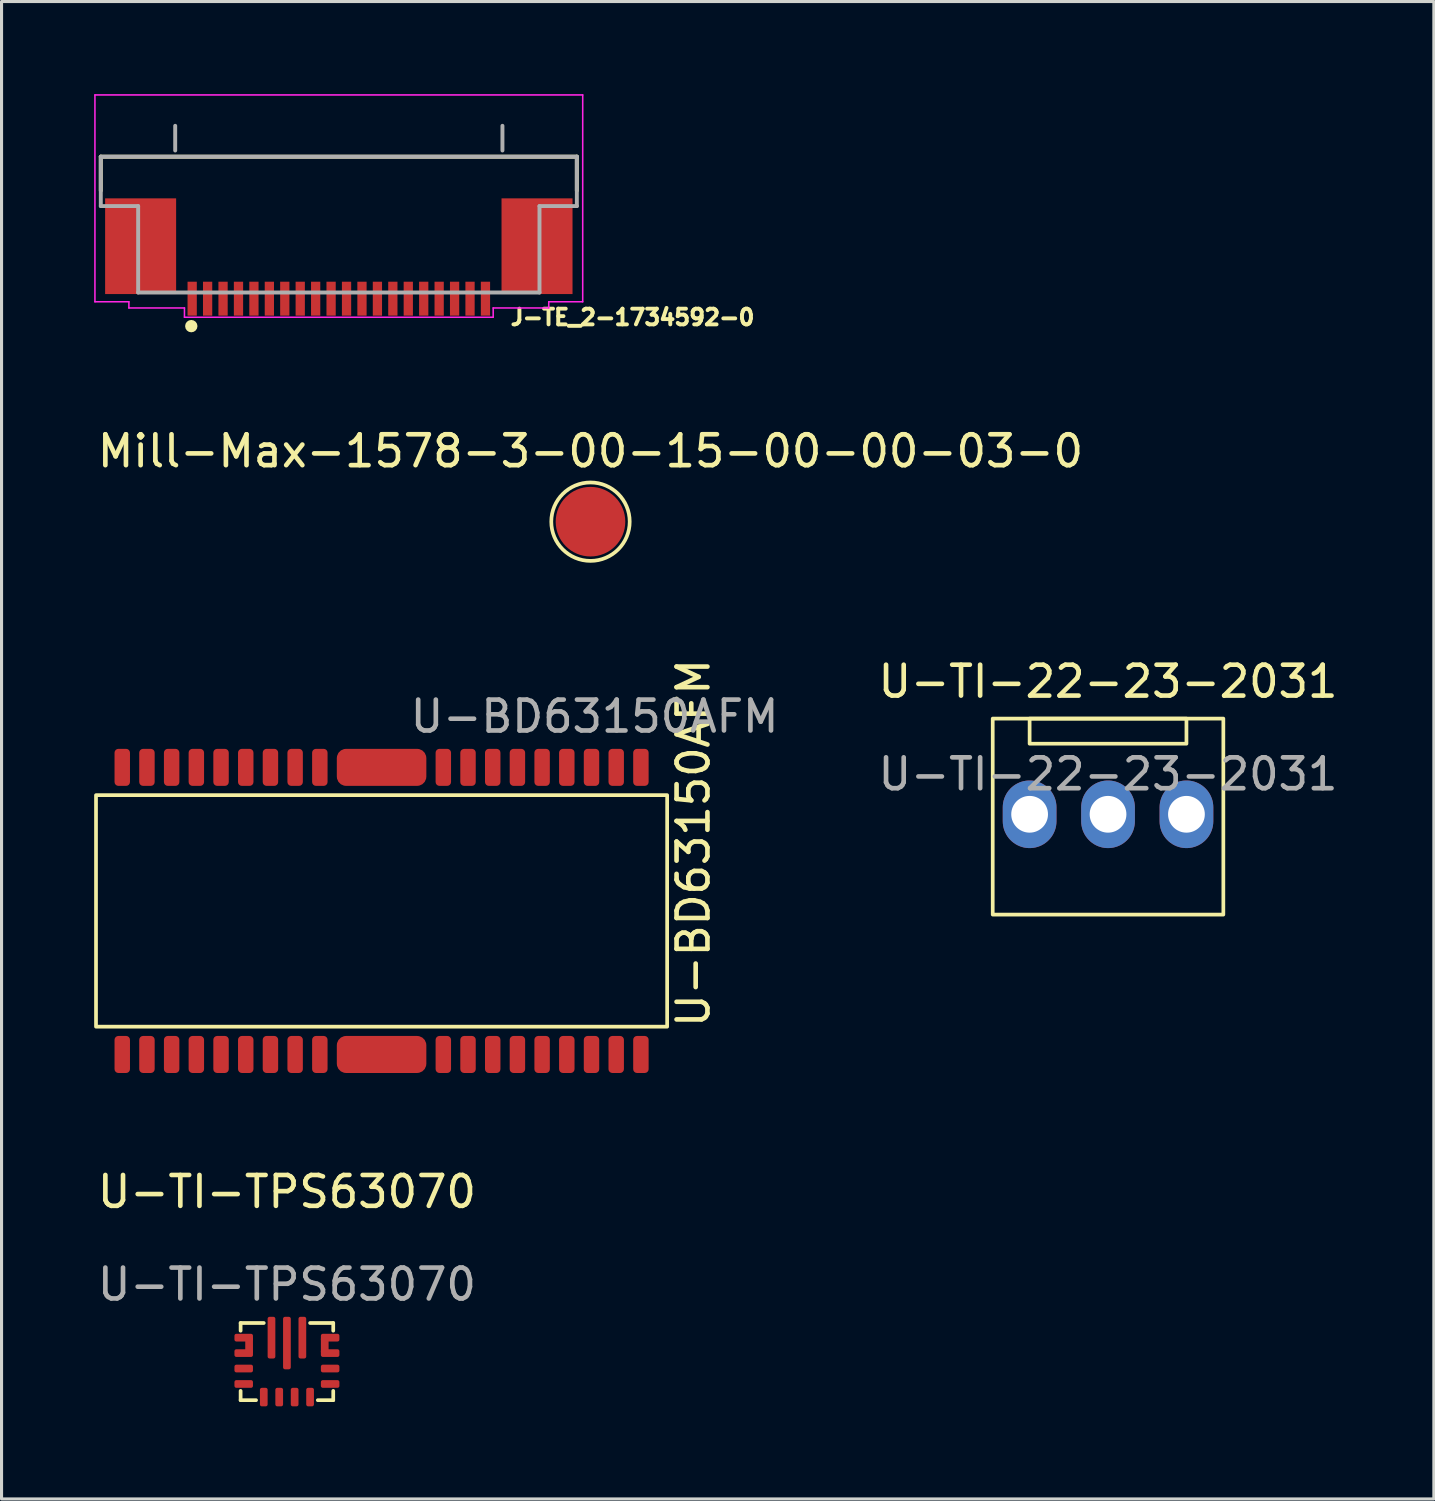
<source format=kicad_pcb>
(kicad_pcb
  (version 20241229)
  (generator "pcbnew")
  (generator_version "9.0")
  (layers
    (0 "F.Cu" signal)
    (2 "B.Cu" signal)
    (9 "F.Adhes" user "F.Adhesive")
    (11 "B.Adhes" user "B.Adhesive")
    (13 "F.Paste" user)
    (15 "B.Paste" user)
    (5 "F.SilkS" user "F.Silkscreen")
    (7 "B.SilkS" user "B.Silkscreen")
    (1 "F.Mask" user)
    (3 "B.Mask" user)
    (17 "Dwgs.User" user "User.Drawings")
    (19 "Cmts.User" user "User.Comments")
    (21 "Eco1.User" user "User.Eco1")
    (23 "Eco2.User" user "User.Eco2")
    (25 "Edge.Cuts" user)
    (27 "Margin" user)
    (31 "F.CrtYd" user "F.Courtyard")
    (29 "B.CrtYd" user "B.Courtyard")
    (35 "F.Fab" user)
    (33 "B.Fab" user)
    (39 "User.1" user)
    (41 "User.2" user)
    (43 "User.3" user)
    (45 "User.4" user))
  (footprint "U-TI-TPS63070"
    (layer "F.Cu")
    (at 6.244 41.054)
    (property "Reference" "U-TI-TPS63070" (at 0 -5.5 0) (unlocked yes) (layer "F.SilkS") (effects (font (size 1 1) (thickness 0.15))))
    (attr smd)
    (fp_line (start -1.5 -1.25) (end -1.5 -1) (stroke (width 0.12) (type solid)) (layer "F.SilkS"))
    (fp_line (start -1.5 0.95) (end -1.5 1.25) (stroke (width 0.12) (type solid)) (layer "F.SilkS"))
    (fp_line (start -1.5 1.25) (end -1 1.25) (stroke (width 0.12) (type solid)) (layer "F.SilkS"))
    (fp_line (start -0.75 -1.25) (end -1.5 -1.25) (stroke (width 0.12) (type solid)) (layer "F.SilkS"))
    (fp_line (start 1.5 -1.25) (end 0.75 -1.25) (stroke (width 0.12) (type solid)) (layer "F.SilkS"))
    (fp_line (start 1.5 -1.25) (end 1.5 -1) (stroke (width 0.12) (type solid)) (layer "F.SilkS"))
    (fp_line (start 1.5 0.95) (end 1.5 1.25) (stroke (width 0.12) (type solid)) (layer "F.SilkS"))
    (fp_line (start 1.5 1.25) (end 1 1.25) (stroke (width 0.12) (type solid)) (layer "F.SilkS"))
    (fp_text user "${REFERENCE}" (at 0 -2.5 0) (unlocked yes) (layer "F.Fab") (effects (font (size 1 1) (thickness 0.15))))
    (pad "1" smd roundrect (at -0.75 1.15 90) (size 0.6 0.25) (layers "F.Cu" "F.Mask" "F.Paste") (roundrect_rratio 0.25))
    (pad "2" smd roundrect (at -0.25 1.15 90) (size 0.6 0.25) (layers "F.Cu" "F.Mask" "F.Paste") (roundrect_rratio 0.25))
    (pad "3" smd roundrect (at 0.25 1.15 90) (size 0.6 0.25) (layers "F.Cu" "F.Mask" "F.Paste") (roundrect_rratio 0.25))
    (pad "4" smd roundrect (at 0.75 1.15 90) (size 0.6 0.25) (layers "F.Cu" "F.Mask" "F.Paste") (roundrect_rratio 0.25))
    (pad "5" smd roundrect (at 1.4 0.725 180) (size 0.6 0.25) (layers "F.Cu" "F.Mask" "F.Paste") (roundrect_rratio 0.25))
    (pad "6" smd roundrect (at 1.4 0.225 180) (size 0.6 0.25) (layers "F.Cu" "F.Mask" "F.Paste") (roundrect_rratio 0.25))
    (pad "7" smd roundrect (at 1.4 -0.275) (size 0.6 0.25) (layers "F.Cu" "F.Mask" "F.Paste") (roundrect_rratio 0.25))
    (pad "8" smd roundrect (at 1.4 -0.775) (size 0.6 0.25) (layers "F.Cu" "F.Mask" "F.Paste") (roundrect_rratio 0.25))
    (pad "9" smd roundrect (at 0.5 -0.775 90) (size 1.35 0.25) (layers "F.Cu" "F.Mask" "F.Paste") (roundrect_rratio 0.25))
    (pad "10" smd roundrect (at 0 -0.6 90) (size 1.7 0.25) (layers "F.Cu" "F.Mask" "F.Paste") (roundrect_rratio 0.25))
    (pad "11" smd roundrect (at -0.5 -0.775 90) (size 1.35 0.25) (layers "F.Cu" "F.Mask" "F.Paste") (roundrect_rratio 0.25))
    (pad "12" smd roundrect (at -1.4 -0.775 180) (size 0.6 0.25) (layers "F.Cu" "F.Mask" "F.Paste") (roundrect_rratio 0.25))
    (pad "13" smd roundrect (at -1.4 -0.275 180) (size 0.6 0.25) (layers "F.Cu" "F.Mask" "F.Paste") (roundrect_rratio 0.25))
    (pad "14" smd roundrect (at -1.4 0.225) (size 0.6 0.25) (layers "F.Cu" "F.Mask" "F.Paste") (roundrect_rratio 0.25))
    (pad "15" smd roundrect (at -1.4 0.725) (size 0.6 0.25) (layers "F.Cu" "F.Mask" "F.Paste") (roundrect_rratio 0.25))
    (pad "TIE1" smd roundrect (at -1.225 -0.525 90) (size 0.55 0.25) (layers "F.Cu" "F.Mask" "F.Paste") (roundrect_rratio 0.25))
    (pad "TIE2" smd roundrect (at 1.225 -0.525 90) (size 0.55 0.25) (layers "F.Cu" "F.Mask" "F.Paste") (roundrect_rratio 0.25)))
  (footprint "Mill-Max-1578-3-00-15-00-00-03-0"
    (layer "F.Cu")
    (at 16.077 13.848)
    (property "Reference" "Mill-Max-1578-3-00-15-00-00-03-0" (at 0 -2.286 0) (unlocked yes) (layer "F.SilkS") (effects (font (size 1 1) (thickness 0.15))))
    (attr smd)
    (fp_circle (center 0 0) (end 0 -1.27) (stroke (width 0.12) (type solid)) (fill no) (layer "F.SilkS"))
    (pad "1" smd circle (at 0 0) (size 2.254 2.254) (layers "F.Cu" "F.Mask" "F.Paste")))
  (footprint "U-BD63150AFM"
    (layer "F.Cu")
    (at 9.31 26.456)
    (property "Reference" "U-BD63150AFM" (at 10.1 -2.2 90) (unlocked yes) (layer "F.SilkS") (effects (font (size 1 1) (thickness 0.15))))
    (attr smd)
    (fp_rect (start -9.25 -3.75) (end 9.25 3.75) (stroke (width 0.12) (type solid)) (fill no) (layer "F.SilkS"))
    (fp_text user "${REFERENCE}" (at 6.9 -6.3 0) (unlocked yes) (layer "F.Fab") (effects (font (size 1 1) (thickness 0.15))))
    (pad "1" smd roundrect (at -8.4 4.65 180) (size 0.5 1.2) (layers "F.Cu" "F.Mask" "F.Paste") (roundrect_rratio 0.25))
    (pad "2" smd roundrect (at -7.6 4.65 180) (size 0.5 1.2) (layers "F.Cu" "F.Mask" "F.Paste") (roundrect_rratio 0.25))
    (pad "3" smd roundrect (at -6.8 4.65 180) (size 0.5 1.2) (layers "F.Cu" "F.Mask" "F.Paste") (roundrect_rratio 0.25))
    (pad "4" smd roundrect (at -6 4.65 180) (size 0.5 1.2) (layers "F.Cu" "F.Mask" "F.Paste") (roundrect_rratio 0.25))
    (pad "5" smd roundrect (at -5.2 4.65 180) (size 0.5 1.2) (layers "F.Cu" "F.Mask" "F.Paste") (roundrect_rratio 0.25))
    (pad "6" smd roundrect (at -4.4 4.65 180) (size 0.5 1.2) (layers "F.Cu" "F.Mask" "F.Paste") (roundrect_rratio 0.25))
    (pad "7" smd roundrect (at -3.6 4.65 180) (size 0.5 1.2) (layers "F.Cu" "F.Mask" "F.Paste") (roundrect_rratio 0.25))
    (pad "8" smd roundrect (at -2.8 4.65 180) (size 0.5 1.2) (layers "F.Cu" "F.Mask" "F.Paste") (roundrect_rratio 0.25))
    (pad "9" smd roundrect (at -2 4.65 180) (size 0.5 1.2) (layers "F.Cu" "F.Mask" "F.Paste") (roundrect_rratio 0.25))
    (pad "10" smd roundrect (at 2 4.65 180) (size 0.5 1.2) (layers "F.Cu" "F.Mask" "F.Paste") (roundrect_rratio 0.25))
    (pad "11" smd roundrect (at 2.8 4.65 180) (size 0.5 1.2) (layers "F.Cu" "F.Mask" "F.Paste") (roundrect_rratio 0.25))
    (pad "12" smd roundrect (at 3.6 4.65 180) (size 0.5 1.2) (layers "F.Cu" "F.Mask" "F.Paste") (roundrect_rratio 0.25))
    (pad "13" smd roundrect (at 4.4 4.65 180) (size 0.5 1.2) (layers "F.Cu" "F.Mask" "F.Paste") (roundrect_rratio 0.25))
    (pad "14" smd roundrect (at 5.2 4.65 180) (size 0.5 1.2) (layers "F.Cu" "F.Mask" "F.Paste") (roundrect_rratio 0.25))
    (pad "15" smd roundrect (at 6 4.65 180) (size 0.5 1.2) (layers "F.Cu" "F.Mask" "F.Paste") (roundrect_rratio 0.25))
    (pad "16" smd roundrect (at 6.8 4.65 180) (size 0.5 1.2) (layers "F.Cu" "F.Mask" "F.Paste") (roundrect_rratio 0.25))
    (pad "17" smd roundrect (at 7.6 4.65 180) (size 0.5 1.2) (layers "F.Cu" "F.Mask" "F.Paste") (roundrect_rratio 0.25))
    (pad "18" smd roundrect (at 8.4 4.65 180) (size 0.5 1.2) (layers "F.Cu" "F.Mask" "F.Paste") (roundrect_rratio 0.25))
    (pad "19" smd roundrect (at 8.4 -4.65) (size 0.5 1.2) (layers "F.Cu" "F.Mask" "F.Paste") (roundrect_rratio 0.25))
    (pad "20" smd roundrect (at 7.6 -4.65) (size 0.5 1.2) (layers "F.Cu" "F.Mask" "F.Paste") (roundrect_rratio 0.25))
    (pad "21" smd roundrect (at 6.8 -4.65) (size 0.5 1.2) (layers "F.Cu" "F.Mask" "F.Paste") (roundrect_rratio 0.25))
    (pad "22" smd roundrect (at 6 -4.65) (size 0.5 1.2) (layers "F.Cu" "F.Mask" "F.Paste") (roundrect_rratio 0.25))
    (pad "23" smd roundrect (at 5.2 -4.65) (size 0.5 1.2) (layers "F.Cu" "F.Mask" "F.Paste") (roundrect_rratio 0.25))
    (pad "24" smd roundrect (at 4.4 -4.65) (size 0.5 1.2) (layers "F.Cu" "F.Mask" "F.Paste") (roundrect_rratio 0.25))
    (pad "25" smd roundrect (at 3.6 -4.65) (size 0.5 1.2) (layers "F.Cu" "F.Mask" "F.Paste") (roundrect_rratio 0.25))
    (pad "26" smd roundrect (at 2.8 -4.65) (size 0.5 1.2) (layers "F.Cu" "F.Mask" "F.Paste") (roundrect_rratio 0.25))
    (pad "27" smd roundrect (at 2 -4.65) (size 0.5 1.2) (layers "F.Cu" "F.Mask" "F.Paste") (roundrect_rratio 0.25))
    (pad "28" smd roundrect (at -2 -4.65) (size 0.5 1.2) (layers "F.Cu" "F.Mask" "F.Paste") (roundrect_rratio 0.25))
    (pad "29" smd roundrect (at -2.8 -4.65) (size 0.5 1.2) (layers "F.Cu" "F.Mask" "F.Paste") (roundrect_rratio 0.25))
    (pad "30" smd roundrect (at -3.6 -4.65) (size 0.5 1.2) (layers "F.Cu" "F.Mask" "F.Paste") (roundrect_rratio 0.25))
    (pad "31" smd roundrect (at -4.4 -4.65) (size 0.5 1.2) (layers "F.Cu" "F.Mask" "F.Paste") (roundrect_rratio 0.25))
    (pad "32" smd roundrect (at -5.2 -4.65) (size 0.5 1.2) (layers "F.Cu" "F.Mask" "F.Paste") (roundrect_rratio 0.25))
    (pad "33" smd roundrect (at -6 -4.65) (size 0.5 1.2) (layers "F.Cu" "F.Mask" "F.Paste") (roundrect_rratio 0.25))
    (pad "34" smd roundrect (at -6.8 -4.65) (size 0.5 1.2) (layers "F.Cu" "F.Mask" "F.Paste") (roundrect_rratio 0.25))
    (pad "35" smd roundrect (at -7.6 -4.65) (size 0.5 1.2) (layers "F.Cu" "F.Mask" "F.Paste") (roundrect_rratio 0.25))
    (pad "36" smd roundrect (at -8.4 -4.65) (size 0.5 1.2) (layers "F.Cu" "F.Mask" "F.Paste") (roundrect_rratio 0.25))
    (pad "FIN" smd roundrect (at 0 -4.65 180) (size 2.9 1.2) (layers "F.Cu" "F.Mask" "F.Paste") (roundrect_rratio 0.25))
    (pad "FIN" smd roundrect (at 0 4.65 180) (size 2.9 1.2) (layers "F.Cu" "F.Mask" "F.Paste") (roundrect_rratio 0.25)))
  (footprint "J-TE_2-1734592-0"
    (layer "F.Cu")
    (at 7.925 4.925)
    (property "Reference" "J-TE_2-1734592-0" (at 5.5 2.6 0) (layer "F.SilkS") (effects (font (size 0.508 0.508) (thickness 0.127)) (justify left bottom)))
    (fp_line (start -7.71 -2.9) (end -7.71 -1.8) (stroke (width 0.127) (type solid)) (layer "F.SilkS"))
    (fp_line (start 7.71 -2.9) (end -7.71 -2.9) (stroke (width 0.127) (type solid)) (layer "F.SilkS"))
    (fp_line (start 7.71 -1.8) (end 7.71 -2.9) (stroke (width 0.127) (type solid)) (layer "F.SilkS"))
    (fp_circle (center -4.779 2.589) (end -4.679 2.589) (stroke (width 0.2) (type solid)) (fill no) (layer "F.SilkS"))
    (fp_poly (pts (xy -7.2 1.1) (xy -5.6 1.1) (xy -5.6 -1.1) (xy -7.2 -1.1)) (stroke (width 0) (type solid)) (fill yes) (layer "F.Paste"))
    (fp_poly (pts (xy 5.7 1.1) (xy 7.3 1.1) (xy 7.3 -1.1) (xy 5.7 -1.1)) (stroke (width 0) (type solid)) (fill yes) (layer "F.Paste"))
    (fp_line (start -7.9 -4.9) (end -7.9 1.8) (stroke (width 0.05) (type solid)) (layer "F.CrtYd"))
    (fp_line (start -6.8 1.8) (end -7.9 1.8) (stroke (width 0.05) (type solid)) (layer "F.CrtYd"))
    (fp_line (start -6.8 2) (end -6.8 1.8) (stroke (width 0.05) (type solid)) (layer "F.CrtYd"))
    (fp_line (start -5 2) (end -6.8 2) (stroke (width 0.05) (type solid)) (layer "F.CrtYd"))
    (fp_line (start -5 2.3) (end -5 2) (stroke (width 0.05) (type solid)) (layer "F.CrtYd"))
    (fp_line (start -5 2.3) (end 5 2.3) (stroke (width 0.05) (type solid)) (layer "F.CrtYd"))
    (fp_line (start 5 2) (end 5 2.3) (stroke (width 0.05) (type solid)) (layer "F.CrtYd"))
    (fp_line (start 6.8 1.8) (end 6.8 2) (stroke (width 0.05) (type solid)) (layer "F.CrtYd"))
    (fp_line (start 6.8 2) (end 5 2) (stroke (width 0.05) (type solid)) (layer "F.CrtYd"))
    (fp_line (start 7.9 -4.9) (end -7.9 -4.9) (stroke (width 0.05) (type solid)) (layer "F.CrtYd"))
    (fp_line (start 7.9 1.8) (end 6.8 1.8) (stroke (width 0.05) (type solid)) (layer "F.CrtYd"))
    (fp_line (start 7.9 1.8) (end 7.9 -4.9) (stroke (width 0.05) (type solid)) (layer "F.CrtYd"))
    (fp_line (start -7.71 -1.3) (end -7.71 -2.9) (stroke (width 0.127) (type solid)) (layer "F.Fab"))
    (fp_line (start -6.5 -1.3) (end -7.71 -1.3) (stroke (width 0.127) (type solid)) (layer "F.Fab"))
    (fp_line (start -6.5 1.5) (end -6.5 -1.3) (stroke (width 0.127) (type solid)) (layer "F.Fab"))
    (fp_line (start -5.3 -3.1) (end -5.3 -3.9) (stroke (width 0.127) (type solid)) (layer "F.Fab"))
    (fp_line (start 5.3 -3.1) (end 5.3 -3.9) (stroke (width 0.127) (type solid)) (layer "F.Fab"))
    (fp_line (start 6.5 -1.3) (end 7.71 -1.3) (stroke (width 0.127) (type solid)) (layer "F.Fab"))
    (fp_line (start 6.5 1.5) (end -6.5 1.5) (stroke (width 0.127) (type solid)) (layer "F.Fab"))
    (fp_line (start 6.5 1.5) (end 6.5 -1.3) (stroke (width 0.127) (type solid)) (layer "F.Fab"))
    (fp_line (start 7.71 -2.9) (end -7.71 -2.9) (stroke (width 0.127) (type solid)) (layer "F.Fab"))
    (fp_line (start 7.71 -1.3) (end 7.71 -2.9) (stroke (width 0.127) (type solid)) (layer "F.Fab"))
    (pad "1" smd rect (at -4.75 1.7 90) (size 1.1 0.3) (layers "F.Cu" "F.Mask" "F.Paste"))
    (pad "2" smd rect (at -4.25 1.7 90) (size 1.1 0.3) (layers "F.Cu" "F.Mask" "F.Paste"))
    (pad "3" smd rect (at -3.75 1.7 90) (size 1.1 0.3) (layers "F.Cu" "F.Mask" "F.Paste"))
    (pad "4" smd rect (at -3.25 1.7 90) (size 1.1 0.3) (layers "F.Cu" "F.Mask" "F.Paste"))
    (pad "5" smd rect (at -2.75 1.7 90) (size 1.1 0.3) (layers "F.Cu" "F.Mask" "F.Paste"))
    (pad "6" smd rect (at -2.25 1.7 90) (size 1.1 0.3) (layers "F.Cu" "F.Mask" "F.Paste"))
    (pad "7" smd rect (at -1.75 1.7 90) (size 1.1 0.3) (layers "F.Cu" "F.Mask" "F.Paste"))
    (pad "8" smd rect (at -1.25 1.7 90) (size 1.1 0.3) (layers "F.Cu" "F.Mask" "F.Paste"))
    (pad "9" smd rect (at -0.75 1.7 90) (size 1.1 0.3) (layers "F.Cu" "F.Mask" "F.Paste"))
    (pad "10" smd rect (at -0.25 1.7 90) (size 1.1 0.3) (layers "F.Cu" "F.Mask" "F.Paste"))
    (pad "11" smd rect (at 0.25 1.7 90) (size 1.1 0.3) (layers "F.Cu" "F.Mask" "F.Paste"))
    (pad "12" smd rect (at 0.75 1.7 90) (size 1.1 0.3) (layers "F.Cu" "F.Mask" "F.Paste"))
    (pad "13" smd rect (at 1.25 1.7 90) (size 1.1 0.3) (layers "F.Cu" "F.Mask" "F.Paste"))
    (pad "14" smd rect (at 1.75 1.7 90) (size 1.1 0.3) (layers "F.Cu" "F.Mask" "F.Paste"))
    (pad "15" smd rect (at 2.25 1.7 90) (size 1.1 0.3) (layers "F.Cu" "F.Mask" "F.Paste"))
    (pad "16" smd rect (at 2.75 1.7 90) (size 1.1 0.3) (layers "F.Cu" "F.Mask" "F.Paste"))
    (pad "17" smd rect (at 3.25 1.7 90) (size 1.1 0.3) (layers "F.Cu" "F.Mask" "F.Paste"))
    (pad "18" smd rect (at 3.75 1.7 90) (size 1.1 0.3) (layers "F.Cu" "F.Mask" "F.Paste"))
    (pad "19" smd rect (at 4.25 1.7 90) (size 1.1 0.3) (layers "F.Cu" "F.Mask" "F.Paste"))
    (pad "20" smd rect (at 4.75 1.7 90) (size 1.1 0.3) (layers "F.Cu" "F.Mask" "F.Paste"))
    (pad "PAD1" smd rect (at 6.42 0 180) (size 2.3 3.1) (layers "F.Cu" "F.Mask"))
    (pad "PAD2" smd rect (at -6.42 0 180) (size 2.3 3.1) (layers "F.Cu" "F.Mask")))
  (footprint "U-TI-22-23-2031"
    (layer "F.Cu")
    (at 32.841 23.326)
    (property "Reference" "U-TI-22-23-2031" (at 0 -4.3 0) (unlocked yes) (layer "F.SilkS") (effects (font (size 1 1) (thickness 0.15))))
    (attr through_hole)
    (fp_rect (start -3.735 -3.1) (end 3.735 3.25) (stroke (width 0.12) (type solid)) (fill no) (layer "F.SilkS"))
    (fp_rect (start -2.54 -3.1) (end 2.54 -2.286) (stroke (width 0.12) (type solid)) (fill no) (layer "F.SilkS"))
    (fp_text user "${REFERENCE}" (at 0 -1.3 0) (unlocked yes) (layer "F.Fab") (effects (font (size 1 1) (thickness 0.15))))
    (pad "1" thru_hole oval (at -2.54 0) (size 1.74 2.19) (drill 1.19) (layers "*.Cu" "*.Mask"))
    (pad "2" thru_hole oval (at 0 0) (size 1.74 2.19) (drill 1.19) (layers "*.Cu" "*.Mask"))
    (pad "3" thru_hole oval (at 2.54 0) (size 1.74 2.19) (drill 1.19) (layers "*.Cu" "*.Mask")))
  (gr_rect
    (start -3 -3)
    (end 43.395 45.504)
    (stroke (width 0.1) (type default))
    (fill no)
    (layer "Edge.Cuts")))
</source>
